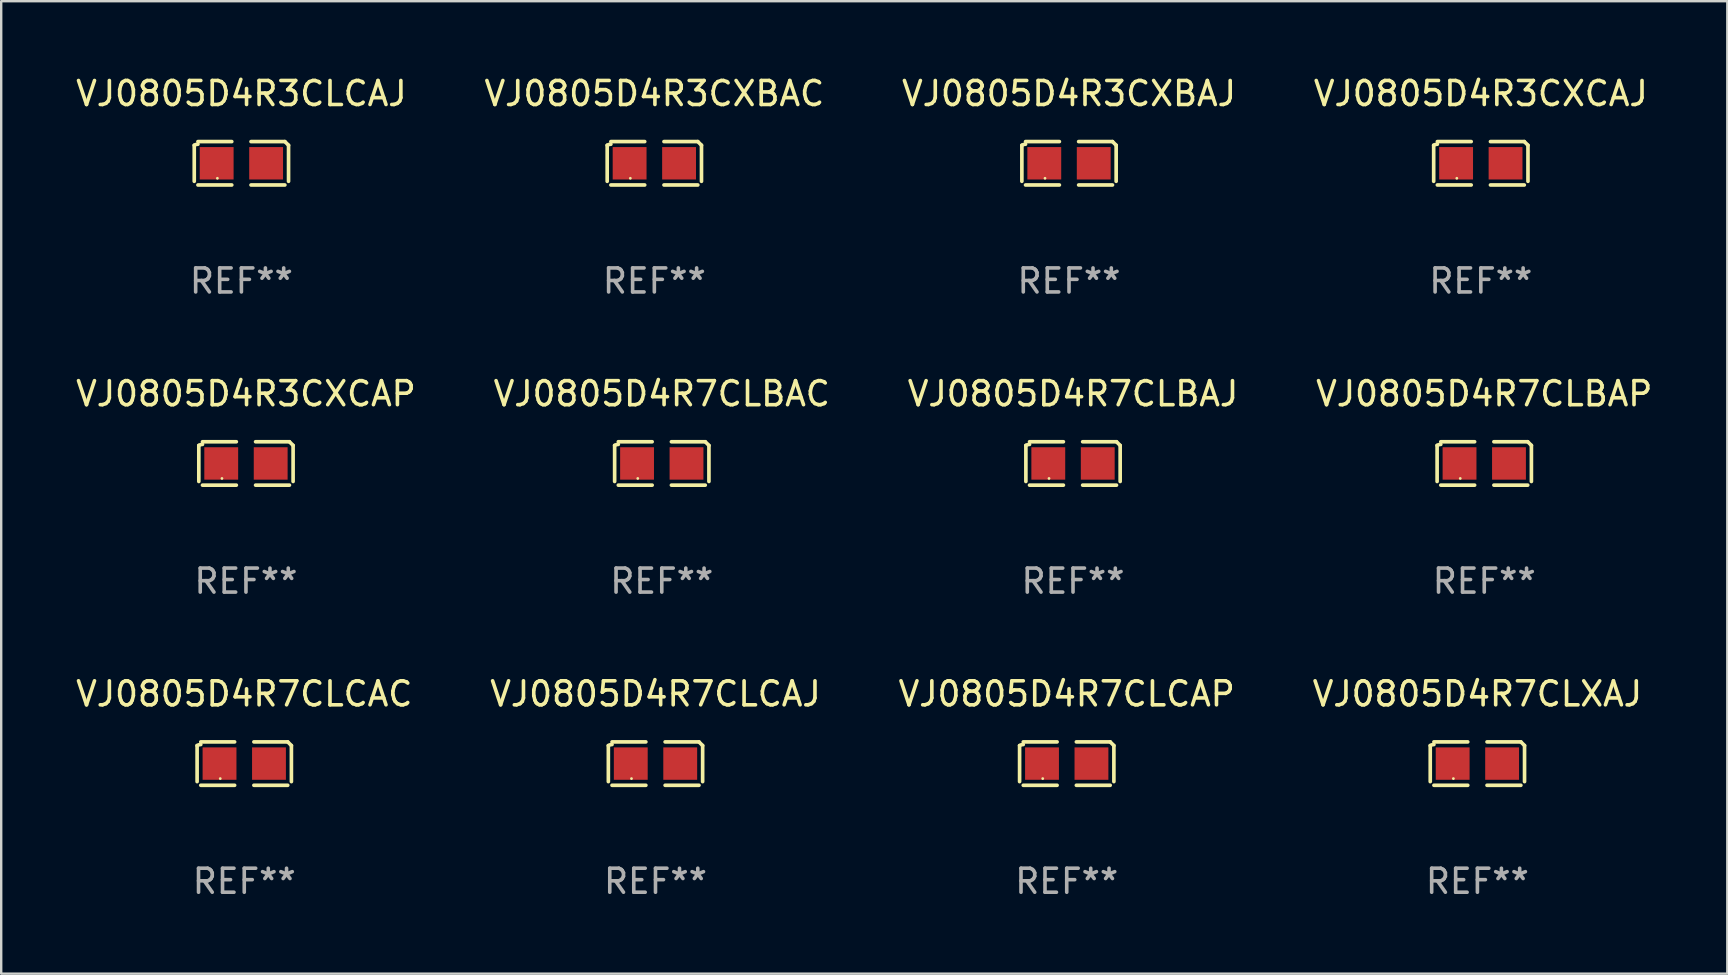
<source format=kicad_pcb>
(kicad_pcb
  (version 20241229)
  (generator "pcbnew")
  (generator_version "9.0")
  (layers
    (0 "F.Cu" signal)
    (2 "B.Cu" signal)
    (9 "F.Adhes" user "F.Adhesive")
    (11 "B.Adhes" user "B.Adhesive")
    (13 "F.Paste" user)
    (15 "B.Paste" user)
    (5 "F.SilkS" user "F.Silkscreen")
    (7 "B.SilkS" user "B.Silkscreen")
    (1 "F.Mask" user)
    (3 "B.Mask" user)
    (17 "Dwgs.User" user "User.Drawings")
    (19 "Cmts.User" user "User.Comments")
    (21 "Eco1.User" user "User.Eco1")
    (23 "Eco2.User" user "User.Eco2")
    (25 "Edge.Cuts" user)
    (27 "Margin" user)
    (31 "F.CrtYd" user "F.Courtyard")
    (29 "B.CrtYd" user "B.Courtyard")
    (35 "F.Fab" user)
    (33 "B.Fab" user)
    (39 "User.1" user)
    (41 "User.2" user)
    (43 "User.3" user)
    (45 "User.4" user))
  (footprint "VJ0805D4R3CXCAJ"
    (layer "F.Cu")
    (at 58.637 3.752)
    (property "Reference" "VJ0805D4R3CXCAJ" (at 0 -2.904 0) (layer "F.SilkS") (effects (font (size 1 1) (thickness 0.15))))
    (attr through_hole)
    (fp_line (start -1.964 0.751) (end -1.964 -0.751) (stroke (width 0.152) (type solid)) (layer "F.SilkS"))
    (fp_line (start -1.811 -0.904) (end -0.401 -0.904) (stroke (width 0.152) (type solid)) (layer "F.SilkS"))
    (fp_line (start -0.401 0.904) (end -1.811 0.904) (stroke (width 0.152) (type solid)) (layer "F.SilkS"))
    (fp_line (start 0.401 0.904) (end 1.811 0.904) (stroke (width 0.152) (type solid)) (layer "F.SilkS"))
    (fp_line (start 1.811 -0.904) (end 0.401 -0.904) (stroke (width 0.152) (type solid)) (layer "F.SilkS"))
    (fp_line (start 1.964 0.751) (end 1.964 -0.751) (stroke (width 0.152) (type solid)) (layer "F.SilkS"))
    (fp_arc (start -1.963602 -0.751207) (mid -1.890354 -0.783131) (end -1.811201 -0.794044) (stroke (width 0.1524) (type solid)) (layer "F.SilkS"))
    (fp_arc (start 1.811202 -0.903607) (mid 1.887413 -0.827418) (end 1.963602 -0.751207) (stroke (width 0.1524) (type solid)) (layer "F.SilkS"))
    (fp_circle (center -1 0.625) (end -0.97 0.625) (stroke (width 0.06) (type solid)) (fill no) (layer "F.SilkS"))
    (fp_text user "REF**" (at 0 4.904 0) (layer "F.Fab") (effects (font (size 1 1) (thickness 0.15))))
    (pad "1" smd rect (at -1.03 0) (size 1.41 1.35) (layers "F.Cu" "F.Mask" "F.Paste"))
    (pad "2" smd rect (at 1.03 0) (size 1.41 1.35) (layers "F.Cu" "F.Mask" "F.Paste")))
  (footprint "VJ0805D4R7CLCAJ"
    (layer "F.Cu")
    (at 24.256 28.759)
    (property "Reference" "VJ0805D4R7CLCAJ" (at 0 -2.904 0) (layer "F.SilkS") (effects (font (size 1 1) (thickness 0.15))))
    (attr through_hole)
    (fp_line (start -1.964 0.751) (end -1.964 -0.751) (stroke (width 0.152) (type solid)) (layer "F.SilkS"))
    (fp_line (start -1.811 -0.904) (end -0.401 -0.904) (stroke (width 0.152) (type solid)) (layer "F.SilkS"))
    (fp_line (start -0.401 0.904) (end -1.811 0.904) (stroke (width 0.152) (type solid)) (layer "F.SilkS"))
    (fp_line (start 0.401 0.904) (end 1.811 0.904) (stroke (width 0.152) (type solid)) (layer "F.SilkS"))
    (fp_line (start 1.811 -0.904) (end 0.401 -0.904) (stroke (width 0.152) (type solid)) (layer "F.SilkS"))
    (fp_line (start 1.964 0.751) (end 1.964 -0.751) (stroke (width 0.152) (type solid)) (layer "F.SilkS"))
    (fp_arc (start -1.963602 -0.751207) (mid -1.890354 -0.783131) (end -1.811201 -0.794044) (stroke (width 0.1524) (type solid)) (layer "F.SilkS"))
    (fp_arc (start 1.811202 -0.903607) (mid 1.887413 -0.827418) (end 1.963602 -0.751207) (stroke (width 0.1524) (type solid)) (layer "F.SilkS"))
    (fp_circle (center -1 0.625) (end -0.97 0.625) (stroke (width 0.06) (type solid)) (fill no) (layer "F.SilkS"))
    (fp_text user "REF**" (at 0 4.904 0) (layer "F.Fab") (effects (font (size 1 1) (thickness 0.15))))
    (pad "1" smd rect (at -1.03 0) (size 1.41 1.35) (layers "F.Cu" "F.Mask" "F.Paste"))
    (pad "2" smd rect (at 1.03 0) (size 1.41 1.35) (layers "F.Cu" "F.Mask" "F.Paste")))
  (footprint "VJ0805D4R7CLXAJ"
    (layer "F.Cu")
    (at 58.494 28.759)
    (property "Reference" "VJ0805D4R7CLXAJ" (at 0 -2.904 0) (layer "F.SilkS") (effects (font (size 1 1) (thickness 0.15))))
    (attr through_hole)
    (fp_line (start -1.964 0.751) (end -1.964 -0.751) (stroke (width 0.152) (type solid)) (layer "F.SilkS"))
    (fp_line (start -1.811 -0.904) (end -0.401 -0.904) (stroke (width 0.152) (type solid)) (layer "F.SilkS"))
    (fp_line (start -0.401 0.904) (end -1.811 0.904) (stroke (width 0.152) (type solid)) (layer "F.SilkS"))
    (fp_line (start 0.401 0.904) (end 1.811 0.904) (stroke (width 0.152) (type solid)) (layer "F.SilkS"))
    (fp_line (start 1.811 -0.904) (end 0.401 -0.904) (stroke (width 0.152) (type solid)) (layer "F.SilkS"))
    (fp_line (start 1.964 0.751) (end 1.964 -0.751) (stroke (width 0.152) (type solid)) (layer "F.SilkS"))
    (fp_arc (start -1.963602 -0.751207) (mid -1.890354 -0.783131) (end -1.811201 -0.794044) (stroke (width 0.1524) (type solid)) (layer "F.SilkS"))
    (fp_arc (start 1.811202 -0.903607) (mid 1.887413 -0.827418) (end 1.963602 -0.751207) (stroke (width 0.1524) (type solid)) (layer "F.SilkS"))
    (fp_circle (center -1 0.625) (end -0.97 0.625) (stroke (width 0.06) (type solid)) (fill no) (layer "F.SilkS"))
    (fp_text user "REF**" (at 0 4.904 0) (layer "F.Fab") (effects (font (size 1 1) (thickness 0.15))))
    (pad "1" smd rect (at -1.03 0) (size 1.41 1.35) (layers "F.Cu" "F.Mask" "F.Paste"))
    (pad "2" smd rect (at 1.03 0) (size 1.41 1.35) (layers "F.Cu" "F.Mask" "F.Paste")))
  (footprint "VJ0805D4R3CXCAP"
    (layer "F.Cu")
    (at 7.196 16.256)
    (property "Reference" "VJ0805D4R3CXCAP" (at 0 -2.904 0) (layer "F.SilkS") (effects (font (size 1 1) (thickness 0.15))))
    (attr through_hole)
    (fp_line (start -1.964 0.751) (end -1.964 -0.751) (stroke (width 0.152) (type solid)) (layer "F.SilkS"))
    (fp_line (start -1.811 -0.904) (end -0.401 -0.904) (stroke (width 0.152) (type solid)) (layer "F.SilkS"))
    (fp_line (start -0.401 0.904) (end -1.811 0.904) (stroke (width 0.152) (type solid)) (layer "F.SilkS"))
    (fp_line (start 0.401 0.904) (end 1.811 0.904) (stroke (width 0.152) (type solid)) (layer "F.SilkS"))
    (fp_line (start 1.811 -0.904) (end 0.401 -0.904) (stroke (width 0.152) (type solid)) (layer "F.SilkS"))
    (fp_line (start 1.964 0.751) (end 1.964 -0.751) (stroke (width 0.152) (type solid)) (layer "F.SilkS"))
    (fp_arc (start -1.963602 -0.751207) (mid -1.890354 -0.783131) (end -1.811201 -0.794044) (stroke (width 0.1524) (type solid)) (layer "F.SilkS"))
    (fp_arc (start 1.811202 -0.903607) (mid 1.887413 -0.827418) (end 1.963602 -0.751207) (stroke (width 0.1524) (type solid)) (layer "F.SilkS"))
    (fp_circle (center -1 0.625) (end -0.97 0.625) (stroke (width 0.06) (type solid)) (fill no) (layer "F.SilkS"))
    (fp_text user "REF**" (at 0 4.904 0) (layer "F.Fab") (effects (font (size 1 1) (thickness 0.15))))
    (pad "1" smd rect (at -1.03 0) (size 1.41 1.35) (layers "F.Cu" "F.Mask" "F.Paste"))
    (pad "2" smd rect (at 1.03 0) (size 1.41 1.35) (layers "F.Cu" "F.Mask" "F.Paste")))
  (footprint "VJ0805D4R7CLBAC"
    (layer "F.Cu")
    (at 24.518 16.256)
    (property "Reference" "VJ0805D4R7CLBAC" (at 0 -2.904 0) (layer "F.SilkS") (effects (font (size 1 1) (thickness 0.15))))
    (attr through_hole)
    (fp_line (start -1.964 0.751) (end -1.964 -0.751) (stroke (width 0.152) (type solid)) (layer "F.SilkS"))
    (fp_line (start -1.811 -0.904) (end -0.401 -0.904) (stroke (width 0.152) (type solid)) (layer "F.SilkS"))
    (fp_line (start -0.401 0.904) (end -1.811 0.904) (stroke (width 0.152) (type solid)) (layer "F.SilkS"))
    (fp_line (start 0.401 0.904) (end 1.811 0.904) (stroke (width 0.152) (type solid)) (layer "F.SilkS"))
    (fp_line (start 1.811 -0.904) (end 0.401 -0.904) (stroke (width 0.152) (type solid)) (layer "F.SilkS"))
    (fp_line (start 1.964 0.751) (end 1.964 -0.751) (stroke (width 0.152) (type solid)) (layer "F.SilkS"))
    (fp_arc (start -1.963602 -0.751207) (mid -1.890354 -0.783131) (end -1.811201 -0.794044) (stroke (width 0.1524) (type solid)) (layer "F.SilkS"))
    (fp_arc (start 1.811202 -0.903607) (mid 1.887413 -0.827418) (end 1.963602 -0.751207) (stroke (width 0.1524) (type solid)) (layer "F.SilkS"))
    (fp_circle (center -1 0.625) (end -0.97 0.625) (stroke (width 0.06) (type solid)) (fill no) (layer "F.SilkS"))
    (fp_text user "REF**" (at 0 4.904 0) (layer "F.Fab") (effects (font (size 1 1) (thickness 0.15))))
    (pad "1" smd rect (at -1.03 0) (size 1.41 1.35) (layers "F.Cu" "F.Mask" "F.Paste"))
    (pad "2" smd rect (at 1.03 0) (size 1.41 1.35) (layers "F.Cu" "F.Mask" "F.Paste")))
  (footprint "VJ0805D4R7CLCAC"
    (layer "F.Cu")
    (at 7.125 28.759)
    (property "Reference" "VJ0805D4R7CLCAC" (at 0 -2.904 0) (layer "F.SilkS") (effects (font (size 1 1) (thickness 0.15))))
    (attr through_hole)
    (fp_line (start -1.964 0.751) (end -1.964 -0.751) (stroke (width 0.152) (type solid)) (layer "F.SilkS"))
    (fp_line (start -1.811 -0.904) (end -0.401 -0.904) (stroke (width 0.152) (type solid)) (layer "F.SilkS"))
    (fp_line (start -0.401 0.904) (end -1.811 0.904) (stroke (width 0.152) (type solid)) (layer "F.SilkS"))
    (fp_line (start 0.401 0.904) (end 1.811 0.904) (stroke (width 0.152) (type solid)) (layer "F.SilkS"))
    (fp_line (start 1.811 -0.904) (end 0.401 -0.904) (stroke (width 0.152) (type solid)) (layer "F.SilkS"))
    (fp_line (start 1.964 0.751) (end 1.964 -0.751) (stroke (width 0.152) (type solid)) (layer "F.SilkS"))
    (fp_arc (start -1.963602 -0.751207) (mid -1.890354 -0.783131) (end -1.811201 -0.794044) (stroke (width 0.1524) (type solid)) (layer "F.SilkS"))
    (fp_arc (start 1.811202 -0.903607) (mid 1.887413 -0.827418) (end 1.963602 -0.751207) (stroke (width 0.1524) (type solid)) (layer "F.SilkS"))
    (fp_circle (center -1 0.625) (end -0.97 0.625) (stroke (width 0.06) (type solid)) (fill no) (layer "F.SilkS"))
    (fp_text user "REF**" (at 0 4.904 0) (layer "F.Fab") (effects (font (size 1 1) (thickness 0.15))))
    (pad "1" smd rect (at -1.03 0) (size 1.41 1.35) (layers "F.Cu" "F.Mask" "F.Paste"))
    (pad "2" smd rect (at 1.03 0) (size 1.41 1.35) (layers "F.Cu" "F.Mask" "F.Paste")))
  (footprint "VJ0805D4R3CXBAJ"
    (layer "F.Cu")
    (at 41.482 3.752)
    (property "Reference" "VJ0805D4R3CXBAJ" (at 0 -2.904 0) (layer "F.SilkS") (effects (font (size 1 1) (thickness 0.15))))
    (attr through_hole)
    (fp_line (start -1.964 0.751) (end -1.964 -0.751) (stroke (width 0.152) (type solid)) (layer "F.SilkS"))
    (fp_line (start -1.811 -0.904) (end -0.401 -0.904) (stroke (width 0.152) (type solid)) (layer "F.SilkS"))
    (fp_line (start -0.401 0.904) (end -1.811 0.904) (stroke (width 0.152) (type solid)) (layer "F.SilkS"))
    (fp_line (start 0.401 0.904) (end 1.811 0.904) (stroke (width 0.152) (type solid)) (layer "F.SilkS"))
    (fp_line (start 1.811 -0.904) (end 0.401 -0.904) (stroke (width 0.152) (type solid)) (layer "F.SilkS"))
    (fp_line (start 1.964 0.751) (end 1.964 -0.751) (stroke (width 0.152) (type solid)) (layer "F.SilkS"))
    (fp_arc (start -1.963602 -0.751207) (mid -1.890354 -0.783131) (end -1.811201 -0.794044) (stroke (width 0.1524) (type solid)) (layer "F.SilkS"))
    (fp_arc (start 1.811202 -0.903607) (mid 1.887413 -0.827418) (end 1.963602 -0.751207) (stroke (width 0.1524) (type solid)) (layer "F.SilkS"))
    (fp_circle (center -1 0.625) (end -0.97 0.625) (stroke (width 0.06) (type solid)) (fill no) (layer "F.SilkS"))
    (fp_text user "REF**" (at 0 4.904 0) (layer "F.Fab") (effects (font (size 1 1) (thickness 0.15))))
    (pad "1" smd rect (at -1.03 0) (size 1.41 1.35) (layers "F.Cu" "F.Mask" "F.Paste"))
    (pad "2" smd rect (at 1.03 0) (size 1.41 1.35) (layers "F.Cu" "F.Mask" "F.Paste")))
  (footprint "VJ0805D4R3CLCAJ"
    (layer "F.Cu")
    (at 7.006 3.752)
    (property "Reference" "VJ0805D4R3CLCAJ" (at 0 -2.904 0) (layer "F.SilkS") (effects (font (size 1 1) (thickness 0.15))))
    (attr through_hole)
    (fp_line (start -1.964 0.751) (end -1.964 -0.751) (stroke (width 0.152) (type solid)) (layer "F.SilkS"))
    (fp_line (start -1.811 -0.904) (end -0.401 -0.904) (stroke (width 0.152) (type solid)) (layer "F.SilkS"))
    (fp_line (start -0.401 0.904) (end -1.811 0.904) (stroke (width 0.152) (type solid)) (layer "F.SilkS"))
    (fp_line (start 0.401 0.904) (end 1.811 0.904) (stroke (width 0.152) (type solid)) (layer "F.SilkS"))
    (fp_line (start 1.811 -0.904) (end 0.401 -0.904) (stroke (width 0.152) (type solid)) (layer "F.SilkS"))
    (fp_line (start 1.964 0.751) (end 1.964 -0.751) (stroke (width 0.152) (type solid)) (layer "F.SilkS"))
    (fp_arc (start -1.963602 -0.751207) (mid -1.890354 -0.783131) (end -1.811201 -0.794044) (stroke (width 0.1524) (type solid)) (layer "F.SilkS"))
    (fp_arc (start 1.811202 -0.903607) (mid 1.887413 -0.827418) (end 1.963602 -0.751207) (stroke (width 0.1524) (type solid)) (layer "F.SilkS"))
    (fp_circle (center -1 0.625) (end -0.97 0.625) (stroke (width 0.06) (type solid)) (fill no) (layer "F.SilkS"))
    (fp_text user "REF**" (at 0 4.904 0) (layer "F.Fab") (effects (font (size 1 1) (thickness 0.15))))
    (pad "1" smd rect (at -1.03 0) (size 1.41 1.35) (layers "F.Cu" "F.Mask" "F.Paste"))
    (pad "2" smd rect (at 1.03 0) (size 1.41 1.35) (layers "F.Cu" "F.Mask" "F.Paste")))
  (footprint "VJ0805D4R7CLBAP"
    (layer "F.Cu")
    (at 58.78 16.256)
    (property "Reference" "VJ0805D4R7CLBAP" (at 0 -2.904 0) (layer "F.SilkS") (effects (font (size 1 1) (thickness 0.15))))
    (attr through_hole)
    (fp_line (start -1.964 0.751) (end -1.964 -0.751) (stroke (width 0.152) (type solid)) (layer "F.SilkS"))
    (fp_line (start -1.811 -0.904) (end -0.401 -0.904) (stroke (width 0.152) (type solid)) (layer "F.SilkS"))
    (fp_line (start -0.401 0.904) (end -1.811 0.904) (stroke (width 0.152) (type solid)) (layer "F.SilkS"))
    (fp_line (start 0.401 0.904) (end 1.811 0.904) (stroke (width 0.152) (type solid)) (layer "F.SilkS"))
    (fp_line (start 1.811 -0.904) (end 0.401 -0.904) (stroke (width 0.152) (type solid)) (layer "F.SilkS"))
    (fp_line (start 1.964 0.751) (end 1.964 -0.751) (stroke (width 0.152) (type solid)) (layer "F.SilkS"))
    (fp_arc (start -1.963602 -0.751207) (mid -1.890354 -0.783131) (end -1.811201 -0.794044) (stroke (width 0.1524) (type solid)) (layer "F.SilkS"))
    (fp_arc (start 1.811202 -0.903607) (mid 1.887413 -0.827418) (end 1.963602 -0.751207) (stroke (width 0.1524) (type solid)) (layer "F.SilkS"))
    (fp_circle (center -1 0.625) (end -0.97 0.625) (stroke (width 0.06) (type solid)) (fill no) (layer "F.SilkS"))
    (fp_text user "REF**" (at 0 4.904 0) (layer "F.Fab") (effects (font (size 1 1) (thickness 0.15))))
    (pad "1" smd rect (at -1.03 0) (size 1.41 1.35) (layers "F.Cu" "F.Mask" "F.Paste"))
    (pad "2" smd rect (at 1.03 0) (size 1.41 1.35) (layers "F.Cu" "F.Mask" "F.Paste")))
  (footprint "VJ0805D4R7CLBAJ"
    (layer "F.Cu")
    (at 41.649 16.256)
    (property "Reference" "VJ0805D4R7CLBAJ" (at 0 -2.904 0) (layer "F.SilkS") (effects (font (size 1 1) (thickness 0.15))))
    (attr through_hole)
    (fp_line (start -1.964 0.751) (end -1.964 -0.751) (stroke (width 0.152) (type solid)) (layer "F.SilkS"))
    (fp_line (start -1.811 -0.904) (end -0.401 -0.904) (stroke (width 0.152) (type solid)) (layer "F.SilkS"))
    (fp_line (start -0.401 0.904) (end -1.811 0.904) (stroke (width 0.152) (type solid)) (layer "F.SilkS"))
    (fp_line (start 0.401 0.904) (end 1.811 0.904) (stroke (width 0.152) (type solid)) (layer "F.SilkS"))
    (fp_line (start 1.811 -0.904) (end 0.401 -0.904) (stroke (width 0.152) (type solid)) (layer "F.SilkS"))
    (fp_line (start 1.964 0.751) (end 1.964 -0.751) (stroke (width 0.152) (type solid)) (layer "F.SilkS"))
    (fp_arc (start -1.963602 -0.751207) (mid -1.890354 -0.783131) (end -1.811201 -0.794044) (stroke (width 0.1524) (type solid)) (layer "F.SilkS"))
    (fp_arc (start 1.811202 -0.903607) (mid 1.887413 -0.827418) (end 1.963602 -0.751207) (stroke (width 0.1524) (type solid)) (layer "F.SilkS"))
    (fp_circle (center -1 0.625) (end -0.97 0.625) (stroke (width 0.06) (type solid)) (fill no) (layer "F.SilkS"))
    (fp_text user "REF**" (at 0 4.904 0) (layer "F.Fab") (effects (font (size 1 1) (thickness 0.15))))
    (pad "1" smd rect (at -1.03 0) (size 1.41 1.35) (layers "F.Cu" "F.Mask" "F.Paste"))
    (pad "2" smd rect (at 1.03 0) (size 1.41 1.35) (layers "F.Cu" "F.Mask" "F.Paste")))
  (footprint "VJ0805D4R3CXBAC"
    (layer "F.Cu")
    (at 24.208 3.752)
    (property "Reference" "VJ0805D4R3CXBAC" (at 0 -2.904 0) (layer "F.SilkS") (effects (font (size 1 1) (thickness 0.15))))
    (attr through_hole)
    (fp_line (start -1.964 0.751) (end -1.964 -0.751) (stroke (width 0.152) (type solid)) (layer "F.SilkS"))
    (fp_line (start -1.811 -0.904) (end -0.401 -0.904) (stroke (width 0.152) (type solid)) (layer "F.SilkS"))
    (fp_line (start -0.401 0.904) (end -1.811 0.904) (stroke (width 0.152) (type solid)) (layer "F.SilkS"))
    (fp_line (start 0.401 0.904) (end 1.811 0.904) (stroke (width 0.152) (type solid)) (layer "F.SilkS"))
    (fp_line (start 1.811 -0.904) (end 0.401 -0.904) (stroke (width 0.152) (type solid)) (layer "F.SilkS"))
    (fp_line (start 1.964 0.751) (end 1.964 -0.751) (stroke (width 0.152) (type solid)) (layer "F.SilkS"))
    (fp_arc (start -1.963602 -0.751207) (mid -1.890354 -0.783131) (end -1.811201 -0.794044) (stroke (width 0.1524) (type solid)) (layer "F.SilkS"))
    (fp_arc (start 1.811202 -0.903607) (mid 1.887413 -0.827418) (end 1.963602 -0.751207) (stroke (width 0.1524) (type solid)) (layer "F.SilkS"))
    (fp_circle (center -1 0.625) (end -0.97 0.625) (stroke (width 0.06) (type solid)) (fill no) (layer "F.SilkS"))
    (fp_text user "REF**" (at 0 4.904 0) (layer "F.Fab") (effects (font (size 1 1) (thickness 0.15))))
    (pad "1" smd rect (at -1.03 0) (size 1.41 1.35) (layers "F.Cu" "F.Mask" "F.Paste"))
    (pad "2" smd rect (at 1.03 0) (size 1.41 1.35) (layers "F.Cu" "F.Mask" "F.Paste")))
  (footprint "VJ0805D4R7CLCAP"
    (layer "F.Cu")
    (at 41.387 28.759)
    (property "Reference" "VJ0805D4R7CLCAP" (at 0 -2.904 0) (layer "F.SilkS") (effects (font (size 1 1) (thickness 0.15))))
    (attr through_hole)
    (fp_line (start -1.964 0.751) (end -1.964 -0.751) (stroke (width 0.152) (type solid)) (layer "F.SilkS"))
    (fp_line (start -1.811 -0.904) (end -0.401 -0.904) (stroke (width 0.152) (type solid)) (layer "F.SilkS"))
    (fp_line (start -0.401 0.904) (end -1.811 0.904) (stroke (width 0.152) (type solid)) (layer "F.SilkS"))
    (fp_line (start 0.401 0.904) (end 1.811 0.904) (stroke (width 0.152) (type solid)) (layer "F.SilkS"))
    (fp_line (start 1.811 -0.904) (end 0.401 -0.904) (stroke (width 0.152) (type solid)) (layer "F.SilkS"))
    (fp_line (start 1.964 0.751) (end 1.964 -0.751) (stroke (width 0.152) (type solid)) (layer "F.SilkS"))
    (fp_arc (start -1.963602 -0.751207) (mid -1.890354 -0.783131) (end -1.811201 -0.794044) (stroke (width 0.1524) (type solid)) (layer "F.SilkS"))
    (fp_arc (start 1.811202 -0.903607) (mid 1.887413 -0.827418) (end 1.963602 -0.751207) (stroke (width 0.1524) (type solid)) (layer "F.SilkS"))
    (fp_circle (center -1 0.625) (end -0.97 0.625) (stroke (width 0.06) (type solid)) (fill no) (layer "F.SilkS"))
    (fp_text user "REF**" (at 0 4.904 0) (layer "F.Fab") (effects (font (size 1 1) (thickness 0.15))))
    (pad "1" smd rect (at -1.03 0) (size 1.41 1.35) (layers "F.Cu" "F.Mask" "F.Paste"))
    (pad "2" smd rect (at 1.03 0) (size 1.41 1.35) (layers "F.Cu" "F.Mask" "F.Paste")))
  (gr_rect
    (start -3 -3)
    (end 68.905 37.511)
    (stroke (width 0.1) (type default))
    (fill no)
    (layer "Edge.Cuts")))
</source>
